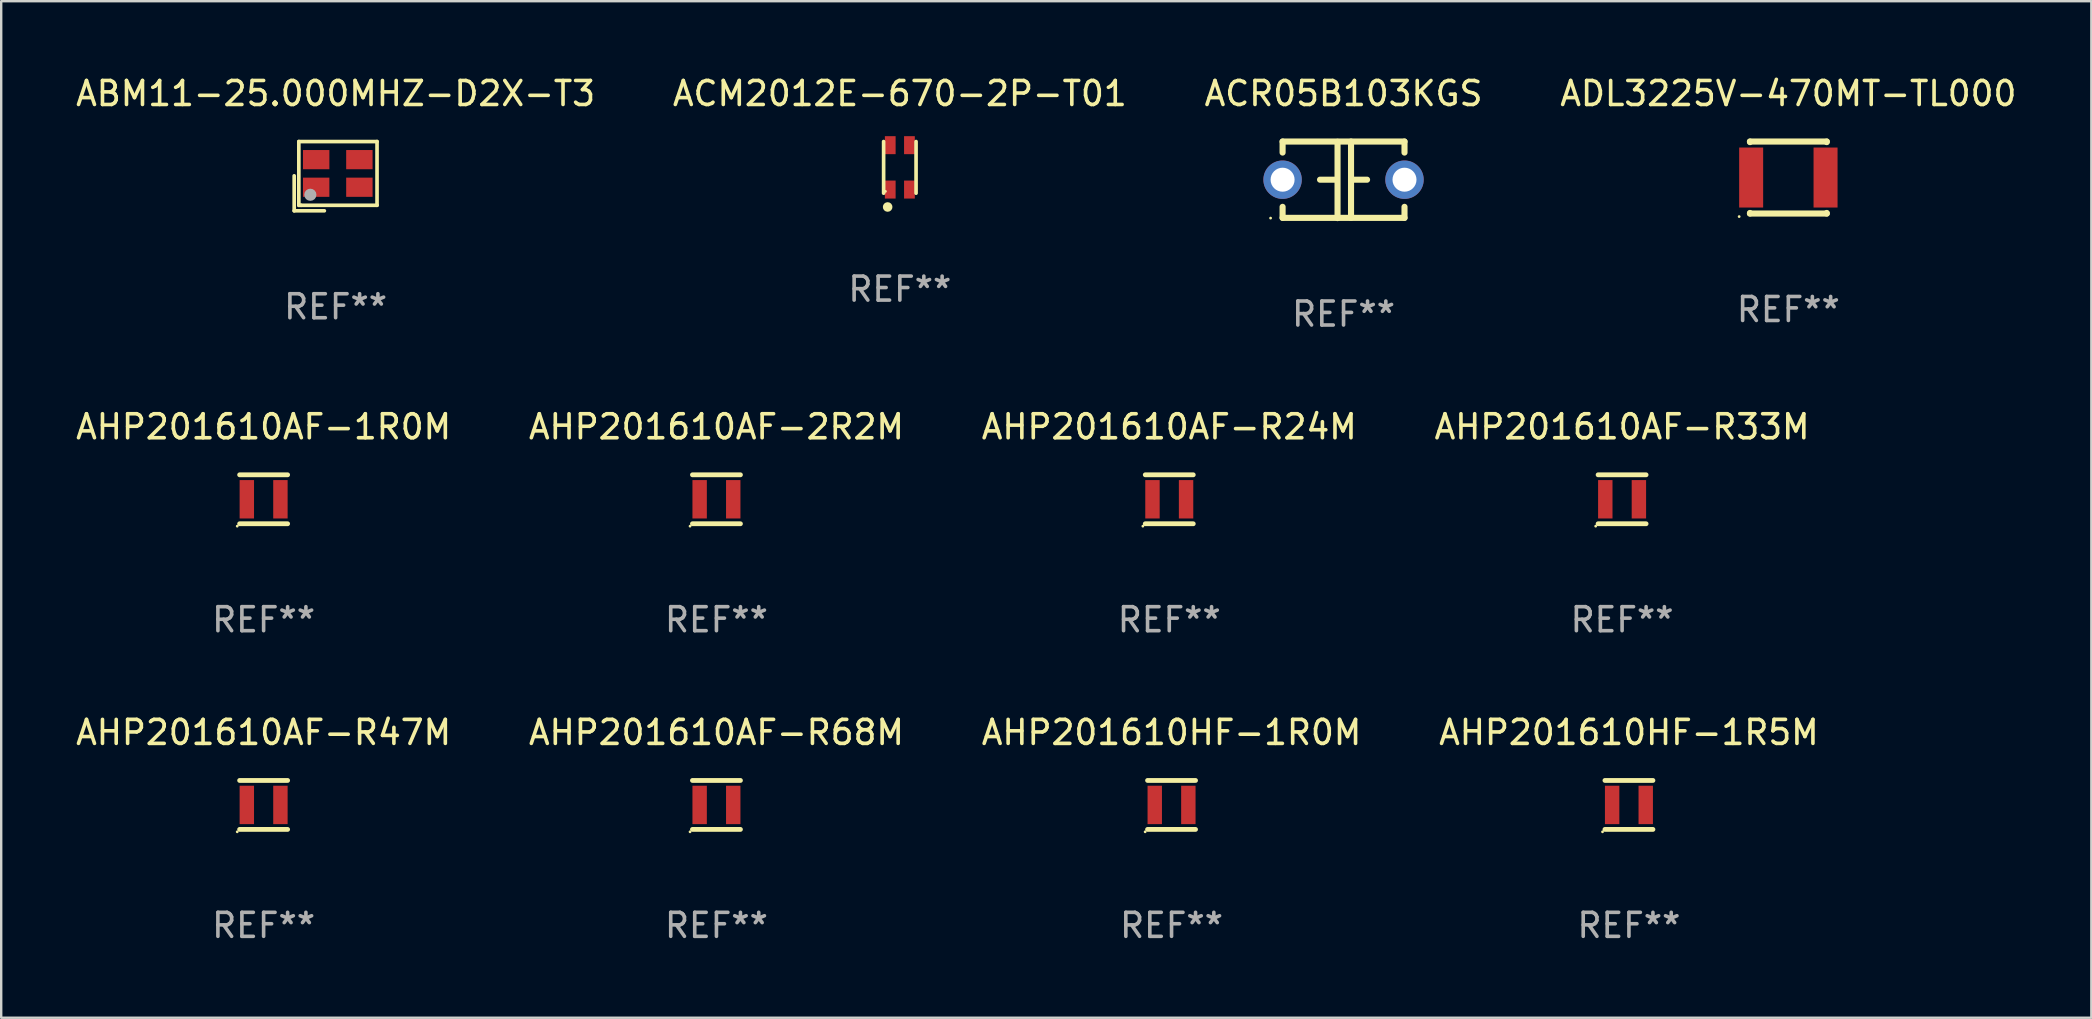
<source format=kicad_pcb>
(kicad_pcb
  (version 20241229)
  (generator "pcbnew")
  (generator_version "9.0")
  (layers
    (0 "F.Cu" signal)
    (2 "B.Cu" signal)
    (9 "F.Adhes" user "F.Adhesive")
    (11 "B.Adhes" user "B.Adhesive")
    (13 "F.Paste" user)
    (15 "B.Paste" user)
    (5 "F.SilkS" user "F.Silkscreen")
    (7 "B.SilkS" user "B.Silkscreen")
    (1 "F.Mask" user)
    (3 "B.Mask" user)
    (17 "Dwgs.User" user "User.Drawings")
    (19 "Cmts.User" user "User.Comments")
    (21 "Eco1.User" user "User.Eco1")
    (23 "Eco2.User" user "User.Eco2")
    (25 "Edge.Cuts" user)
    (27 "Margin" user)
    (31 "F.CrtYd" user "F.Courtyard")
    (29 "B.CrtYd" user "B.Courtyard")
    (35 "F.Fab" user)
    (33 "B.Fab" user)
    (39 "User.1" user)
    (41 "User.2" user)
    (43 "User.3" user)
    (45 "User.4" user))
  (footprint "AHP201610AF-2R2M"
    (layer "F.Cu")
    (at 26.804 17.755)
    (property "Reference" "AHP201610AF-2R2M" (at 0 -3.02 0) (layer "F.SilkS") (effects (font (size 1 1) (thickness 0.15))))
    (attr through_hole)
    (fp_line (start -1 -1.02) (end 1 -1.02) (stroke (width 0.2) (type solid)) (layer "F.SilkS"))
    (fp_line (start -1 1.02) (end 1 1.02) (stroke (width 0.2) (type solid)) (layer "F.SilkS"))
    (fp_circle (center -1.1 1.12) (end -1.07 1.12) (stroke (width 0.06) (type solid)) (fill no) (layer "F.SilkS"))
    (fp_text user "REF**" (at 0 5.02 0) (layer "F.Fab") (effects (font (size 1 1) (thickness 0.15))))
    (pad "1" smd rect (at -0.7 0) (size 0.6 1.6) (layers "F.Cu" "F.Mask" "F.Paste"))
    (pad "2" smd rect (at 0.7 0) (size 0.6 1.6) (layers "F.Cu" "F.Mask" "F.Paste")))
  (footprint "ACR05B103KGS"
    (layer "F.Cu")
    (at 52.935 4.443)
    (property "Reference" "ACR05B103KGS" (at 0 -3.595 0) (layer "F.SilkS") (effects (font (size 1 1) (thickness 0.15))))
    (attr through_hole)
    (fp_line (start -2.54 -1.595) (end -2.54 -1.136) (stroke (width 0.254) (type solid)) (layer "F.SilkS"))
    (fp_line (start -2.54 -1.595) (end 2.54 -1.595) (stroke (width 0.254) (type solid)) (layer "F.SilkS"))
    (fp_line (start -2.54 1.126) (end -2.54 1.585) (stroke (width 0.254) (type solid)) (layer "F.SilkS"))
    (fp_line (start -0.312 -0.005) (end -0.98 -0.005) (stroke (width 0.254) (type solid)) (layer "F.SilkS"))
    (fp_line (start -0.25 -1.585) (end -0.25 1.595) (stroke (width 0.254) (type solid)) (layer "F.SilkS"))
    (fp_line (start 0.312 -1.595) (end 0.312 1.585) (stroke (width 0.254) (type solid)) (layer "F.SilkS"))
    (fp_line (start 0.312 -0.005) (end 0.98 -0.005) (stroke (width 0.254) (type solid)) (layer "F.SilkS"))
    (fp_line (start 2.54 -1.595) (end 2.54 -1.136) (stroke (width 0.254) (type solid)) (layer "F.SilkS"))
    (fp_line (start 2.54 1.126) (end 2.54 1.585) (stroke (width 0.254) (type solid)) (layer "F.SilkS"))
    (fp_line (start 2.54 1.585) (end -2.54 1.585) (stroke (width 0.254) (type solid)) (layer "F.SilkS"))
    (fp_circle (center -3.04 1.595) (end -3.01 1.595) (stroke (width 0.06) (type solid)) (fill no) (layer "F.SilkS"))
    (fp_text user "REF**" (at 0 5.595 0) (layer "F.Fab") (effects (font (size 1 1) (thickness 0.15))))
    (pad "1" thru_hole circle (at -2.54 -0.005) (size 1.6 1.6) (drill 1) (layers "*.Cu" "*.Mask"))
    (pad "2" thru_hole circle (at 2.54 -0.005) (size 1.6 1.6) (drill 1) (layers "*.Cu" "*.Mask")))
  (footprint "ACM2012E-670-2P-T01"
    (layer "F.Cu")
    (at 34.446 3.924)
    (property "Reference" "ACM2012E-670-2P-T01" (at 0 -3.076 0) (layer "F.SilkS") (effects (font (size 1 1) (thickness 0.15))))
    (attr through_hole)
    (fp_line (start -0.676 1.076) (end -0.676 -1.076) (stroke (width 0.152) (type solid)) (layer "F.SilkS"))
    (fp_line (start 0.676 1.076) (end 0.676 -1.076) (stroke (width 0.152) (type solid)) (layer "F.SilkS"))
    (fp_circle (center -0.6 1) (end -0.57 1) (stroke (width 0.06) (type solid)) (fill no) (layer "F.SilkS"))
    (fp_circle (center -0.508 1.651) (end -0.408 1.651) (stroke (width 0.2) (type solid)) (fill no) (layer "F.SilkS"))
    (fp_text user "REF**" (at 0 5.076 0) (layer "F.Fab") (effects (font (size 1 1) (thickness 0.15))))
    (pad "1" smd rect (at -0.4 0.925) (size 0.448 0.75) (layers "F.Cu" "F.Mask" "F.Paste"))
    (pad "2" smd rect (at 0.4 0.925) (size 0.448 0.75) (layers "F.Cu" "F.Mask" "F.Paste"))
    (pad "3" smd rect (at 0.4 -0.925) (size 0.448 0.75) (layers "F.Cu" "F.Mask" "F.Paste"))
    (pad "4" smd rect (at -0.4 -0.925) (size 0.448 0.75) (layers "F.Cu" "F.Mask" "F.Paste")))
  (footprint "AHP201610AF-R33M"
    (layer "F.Cu")
    (at 64.542 17.755)
    (property "Reference" "AHP201610AF-R33M" (at 0 -3.02 0) (layer "F.SilkS") (effects (font (size 1 1) (thickness 0.15))))
    (attr through_hole)
    (fp_line (start -1 -1.02) (end 1 -1.02) (stroke (width 0.2) (type solid)) (layer "F.SilkS"))
    (fp_line (start -1 1.02) (end 1 1.02) (stroke (width 0.2) (type solid)) (layer "F.SilkS"))
    (fp_circle (center -1.1 1.12) (end -1.07 1.12) (stroke (width 0.06) (type solid)) (fill no) (layer "F.SilkS"))
    (fp_text user "REF**" (at 0 5.02 0) (layer "F.Fab") (effects (font (size 1 1) (thickness 0.15))))
    (pad "1" smd rect (at -0.7 0) (size 0.6 1.6) (layers "F.Cu" "F.Mask" "F.Paste"))
    (pad "2" smd rect (at 0.7 0) (size 0.6 1.6) (layers "F.Cu" "F.Mask" "F.Paste")))
  (footprint "AHP201610HF-1R0M"
    (layer "F.Cu")
    (at 45.768 30.491)
    (property "Reference" "AHP201610HF-1R0M" (at 0 -3.02 0) (layer "F.SilkS") (effects (font (size 1 1) (thickness 0.15))))
    (attr through_hole)
    (fp_line (start -1 -1.02) (end 1 -1.02) (stroke (width 0.2) (type solid)) (layer "F.SilkS"))
    (fp_line (start -1 1.02) (end 1 1.02) (stroke (width 0.2) (type solid)) (layer "F.SilkS"))
    (fp_circle (center -1.1 1.12) (end -1.07 1.12) (stroke (width 0.06) (type solid)) (fill no) (layer "F.SilkS"))
    (fp_text user "REF**" (at 0 5.02 0) (layer "F.Fab") (effects (font (size 1 1) (thickness 0.15))))
    (pad "1" smd rect (at -0.7 0) (size 0.6 1.6) (layers "F.Cu" "F.Mask" "F.Paste"))
    (pad "2" smd rect (at 0.7 0) (size 0.6 1.6) (layers "F.Cu" "F.Mask" "F.Paste")))
  (footprint "ABM11-25.000MHZ-D2X-T3"
    (layer "F.Cu")
    (at 10.935 4.291)
    (property "Reference" "ABM11-25.000MHZ-D2X-T3" (at 0 -3.443 0) (layer "F.SilkS") (effects (font (size 1 1) (thickness 0.15))))
    (attr through_hole)
    (fp_line (start -1.726 -0.015) (end -1.726 1.443) (stroke (width 0.152) (type solid)) (layer "F.SilkS"))
    (fp_line (start -1.726 1.443) (end -0.469 1.443) (stroke (width 0.152) (type solid)) (layer "F.SilkS"))
    (fp_line (start -1.533 -1.443) (end 1.726 -1.443) (stroke (width 0.152) (type solid)) (layer "F.SilkS"))
    (fp_line (start -1.533 1.214) (end -1.533 -1.443) (stroke (width 0.152) (type solid)) (layer "F.SilkS"))
    (fp_line (start -1.439 1.214) (end -1.533 1.214) (stroke (width 0.152) (type solid)) (layer "F.SilkS"))
    (fp_line (start 1.726 -1.443) (end 1.726 1.214) (stroke (width 0.152) (type solid)) (layer "F.SilkS"))
    (fp_line (start 1.726 1.214) (end -1.439 1.214) (stroke (width 0.152) (type solid)) (layer "F.SilkS"))
    (fp_circle (center -0.91 0.686) (end -0.88 0.686) (stroke (width 0.06) (type solid)) (fill no) (layer "F.SilkS"))
    (fp_circle (center -1.053 0.775) (end -0.926 0.775) (stroke (width 0.254) (type solid)) (fill no) (layer "F.Fab"))
    (fp_text user "REF**" (at 0 5.443 0) (layer "F.Fab") (effects (font (size 1 1) (thickness 0.15))))
    (pad "1" smd rect (at -0.81 0.461) (size 1.1 0.8) (layers "F.Cu" "F.Mask" "F.Paste"))
    (pad "2" smd rect (at 0.99 0.461) (size 1.1 0.8) (layers "F.Cu" "F.Mask" "F.Paste"))
    (pad "3" smd rect (at 0.99 -0.689) (size 1.1 0.8) (layers "F.Cu" "F.Mask" "F.Paste"))
    (pad "4" smd rect (at -0.81 -0.689) (size 1.1 0.8) (layers "F.Cu" "F.Mask" "F.Paste")))
  (footprint "AHP201610AF-R68M"
    (layer "F.Cu")
    (at 26.804 30.491)
    (property "Reference" "AHP201610AF-R68M" (at 0 -3.02 0) (layer "F.SilkS") (effects (font (size 1 1) (thickness 0.15))))
    (attr through_hole)
    (fp_line (start -1 -1.02) (end 1 -1.02) (stroke (width 0.2) (type solid)) (layer "F.SilkS"))
    (fp_line (start -1 1.02) (end 1 1.02) (stroke (width 0.2) (type solid)) (layer "F.SilkS"))
    (fp_circle (center -1.1 1.12) (end -1.07 1.12) (stroke (width 0.06) (type solid)) (fill no) (layer "F.SilkS"))
    (fp_text user "REF**" (at 0 5.02 0) (layer "F.Fab") (effects (font (size 1 1) (thickness 0.15))))
    (pad "1" smd rect (at -0.7 0) (size 0.6 1.6) (layers "F.Cu" "F.Mask" "F.Paste"))
    (pad "2" smd rect (at 0.7 0) (size 0.6 1.6) (layers "F.Cu" "F.Mask" "F.Paste")))
  (footprint "AHP201610AF-R24M"
    (layer "F.Cu")
    (at 45.673 17.755)
    (property "Reference" "AHP201610AF-R24M" (at 0 -3.02 0) (layer "F.SilkS") (effects (font (size 1 1) (thickness 0.15))))
    (attr through_hole)
    (fp_line (start -1 -1.02) (end 1 -1.02) (stroke (width 0.2) (type solid)) (layer "F.SilkS"))
    (fp_line (start -1 1.02) (end 1 1.02) (stroke (width 0.2) (type solid)) (layer "F.SilkS"))
    (fp_circle (center -1.1 1.12) (end -1.07 1.12) (stroke (width 0.06) (type solid)) (fill no) (layer "F.SilkS"))
    (fp_text user "REF**" (at 0 5.02 0) (layer "F.Fab") (effects (font (size 1 1) (thickness 0.15))))
    (pad "1" smd rect (at -0.7 0) (size 0.6 1.6) (layers "F.Cu" "F.Mask" "F.Paste"))
    (pad "2" smd rect (at 0.7 0) (size 0.6 1.6) (layers "F.Cu" "F.Mask" "F.Paste")))
  (footprint "ADL3225V-470MT-TL000"
    (layer "F.Cu")
    (at 71.47 4.348)
    (property "Reference" "ADL3225V-470MT-TL000" (at 0 -3.5 0) (layer "F.SilkS") (effects (font (size 1 1) (thickness 0.15))))
    (attr through_hole)
    (fp_line (start -1.6 -1.5) (end 1.6 -1.5) (stroke (width 0.254) (type solid)) (layer "F.SilkS"))
    (fp_line (start -1.6 -1.476) (end -1.6 -1.5) (stroke (width 0.254) (type solid)) (layer "F.SilkS"))
    (fp_line (start -1.6 1.5) (end -1.6 1.476) (stroke (width 0.254) (type solid)) (layer "F.SilkS"))
    (fp_line (start -1.6 1.5) (end 1.6 1.5) (stroke (width 0.254) (type solid)) (layer "F.SilkS"))
    (fp_line (start 1.6 -1.5) (end 1.6 -1.476) (stroke (width 0.254) (type solid)) (layer "F.SilkS"))
    (fp_line (start 1.6 1.476) (end 1.6 1.5) (stroke (width 0.254) (type solid)) (layer "F.SilkS"))
    (fp_circle (center -2.05 1.627) (end -2.02 1.627) (stroke (width 0.06) (type solid)) (fill no) (layer "F.SilkS"))
    (fp_text user "REF**" (at 0 5.5 0) (layer "F.Fab") (effects (font (size 1 1) (thickness 0.15))))
    (pad "1" smd rect (at -1.55 0 90) (size 2.5 1) (layers "F.Cu" "F.Mask" "F.Paste"))
    (pad "2" smd rect (at 1.55 0 90) (size 2.5 1) (layers "F.Cu" "F.Mask" "F.Paste")))
  (footprint "AHP201610HF-1R5M"
    (layer "F.Cu")
    (at 64.827 30.491)
    (property "Reference" "AHP201610HF-1R5M" (at 0 -3.02 0) (layer "F.SilkS") (effects (font (size 1 1) (thickness 0.15))))
    (attr through_hole)
    (fp_line (start -1 -1.02) (end 1 -1.02) (stroke (width 0.2) (type solid)) (layer "F.SilkS"))
    (fp_line (start -1 1.02) (end 1 1.02) (stroke (width 0.2) (type solid)) (layer "F.SilkS"))
    (fp_circle (center -1.1 1.12) (end -1.07 1.12) (stroke (width 0.06) (type solid)) (fill no) (layer "F.SilkS"))
    (fp_text user "REF**" (at 0 5.02 0) (layer "F.Fab") (effects (font (size 1 1) (thickness 0.15))))
    (pad "1" smd rect (at -0.7 0) (size 0.6 1.6) (layers "F.Cu" "F.Mask" "F.Paste"))
    (pad "2" smd rect (at 0.7 0) (size 0.6 1.6) (layers "F.Cu" "F.Mask" "F.Paste")))
  (footprint "AHP201610AF-1R0M"
    (layer "F.Cu")
    (at 7.935 17.755)
    (property "Reference" "AHP201610AF-1R0M" (at 0 -3.02 0) (layer "F.SilkS") (effects (font (size 1 1) (thickness 0.15))))
    (attr through_hole)
    (fp_line (start -1 -1.02) (end 1 -1.02) (stroke (width 0.2) (type solid)) (layer "F.SilkS"))
    (fp_line (start -1 1.02) (end 1 1.02) (stroke (width 0.2) (type solid)) (layer "F.SilkS"))
    (fp_circle (center -1.1 1.12) (end -1.07 1.12) (stroke (width 0.06) (type solid)) (fill no) (layer "F.SilkS"))
    (fp_text user "REF**" (at 0 5.02 0) (layer "F.Fab") (effects (font (size 1 1) (thickness 0.15))))
    (pad "1" smd rect (at -0.7 0) (size 0.6 1.6) (layers "F.Cu" "F.Mask" "F.Paste"))
    (pad "2" smd rect (at 0.7 0) (size 0.6 1.6) (layers "F.Cu" "F.Mask" "F.Paste")))
  (footprint "AHP201610AF-R47M"
    (layer "F.Cu")
    (at 7.935 30.491)
    (property "Reference" "AHP201610AF-R47M" (at 0 -3.02 0) (layer "F.SilkS") (effects (font (size 1 1) (thickness 0.15))))
    (attr through_hole)
    (fp_line (start -1 -1.02) (end 1 -1.02) (stroke (width 0.2) (type solid)) (layer "F.SilkS"))
    (fp_line (start -1 1.02) (end 1 1.02) (stroke (width 0.2) (type solid)) (layer "F.SilkS"))
    (fp_circle (center -1.1 1.12) (end -1.07 1.12) (stroke (width 0.06) (type solid)) (fill no) (layer "F.SilkS"))
    (fp_text user "REF**" (at 0 5.02 0) (layer "F.Fab") (effects (font (size 1 1) (thickness 0.15))))
    (pad "1" smd rect (at -0.7 0) (size 0.6 1.6) (layers "F.Cu" "F.Mask" "F.Paste"))
    (pad "2" smd rect (at 0.7 0) (size 0.6 1.6) (layers "F.Cu" "F.Mask" "F.Paste")))
  (gr_rect
    (start -3 -3)
    (end 84.095 39.359)
    (stroke (width 0.1) (type default))
    (fill no)
    (layer "Edge.Cuts")))
</source>
